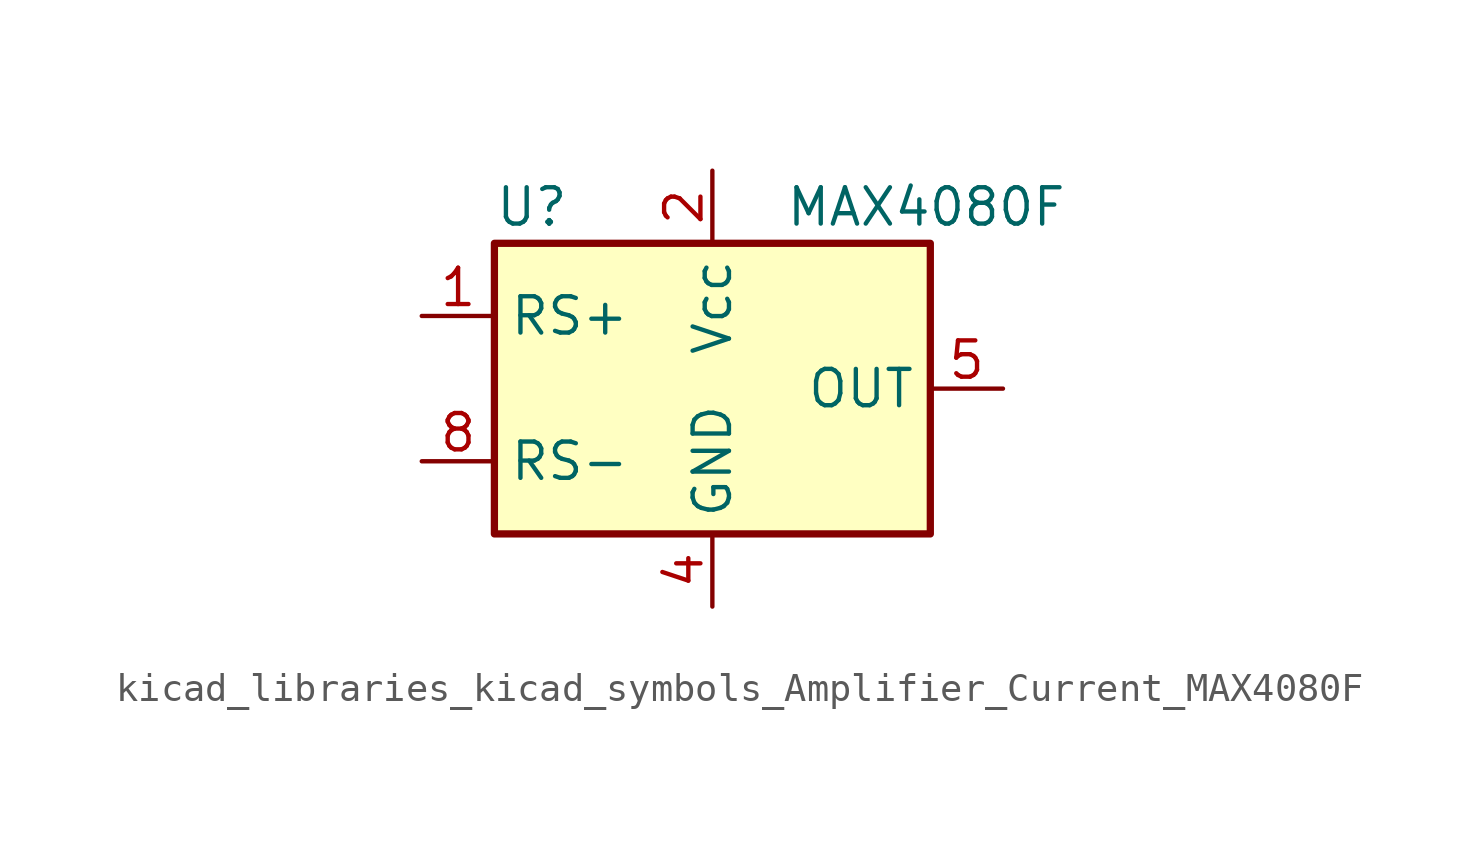
<source format=kicad_sym>
(kicad_symbol_lib
  (version 20220914)
  (generator kicad_symbol_editor)
  (symbol "kicad_libraries_kicad_symbols_Amplifier_Current_MAX4080F"
    (property "Reference" "U"
      (at -7.62 6.35 0)
      (effects (font (size 1.27 1.27)) (justify left)))
    (property "Value" "MAX4080F"
      (at 2.54 6.35 0)
      (effects (font (size 1.27 1.27)) (justify left)))
    (symbol "kicad_libraries_kicad_symbols_Amplifier_Current_MAX4080F_0_1"
      (rectangle (start -7.62 5.08) (end 7.62 -5.08) (stroke (width 0.254) (type default)) (fill (type background))))
    (symbol "kicad_libraries_kicad_symbols_Amplifier_Current_MAX4080F_1_1"
      (pin input line (at -10.16 2.54 0) (length 2.54) (name "RS+" (effects (font (size 1.27 1.27)))) (number "1" (effects (font (size 1.27 1.27)))))
      (pin power_in line (at 0 7.62 270) (length 2.54) (name "Vcc" (effects (font (size 1.27 1.27)))) (number "2" (effects (font (size 1.27 1.27)))))
      (pin no_connect line (at 2.54 -5.08 90) (length 2.54) hide (name "NC" (effects (font (size 1.27 1.27)))) (number "3" (effects (font (size 1.27 1.27)))))
      (pin power_in line (at 0 -7.62 90) (length 2.54) (name "GND" (effects (font (size 1.27 1.27)))) (number "4" (effects (font (size 1.27 1.27)))))
      (pin output line (at 10.16 0 180) (length 2.54) (name "OUT" (effects (font (size 1.27 1.27)))) (number "5" (effects (font (size 1.27 1.27)))))
      (pin no_connect line (at 5.08 -5.08 90) (length 2.54) hide (name "NC" (effects (font (size 1.27 1.27)))) (number "6" (effects (font (size 1.27 1.27)))))
      (pin no_connect line (at 7.62 -5.08 90) (length 2.54) hide (name "NC" (effects (font (size 1.27 1.27)))) (number "7" (effects (font (size 1.27 1.27)))))
      (pin input line (at -10.16 -2.54 0) (length 2.54) (name "RS-" (effects (font (size 1.27 1.27)))) (number "8" (effects (font (size 1.27 1.27))))))))
</source>
